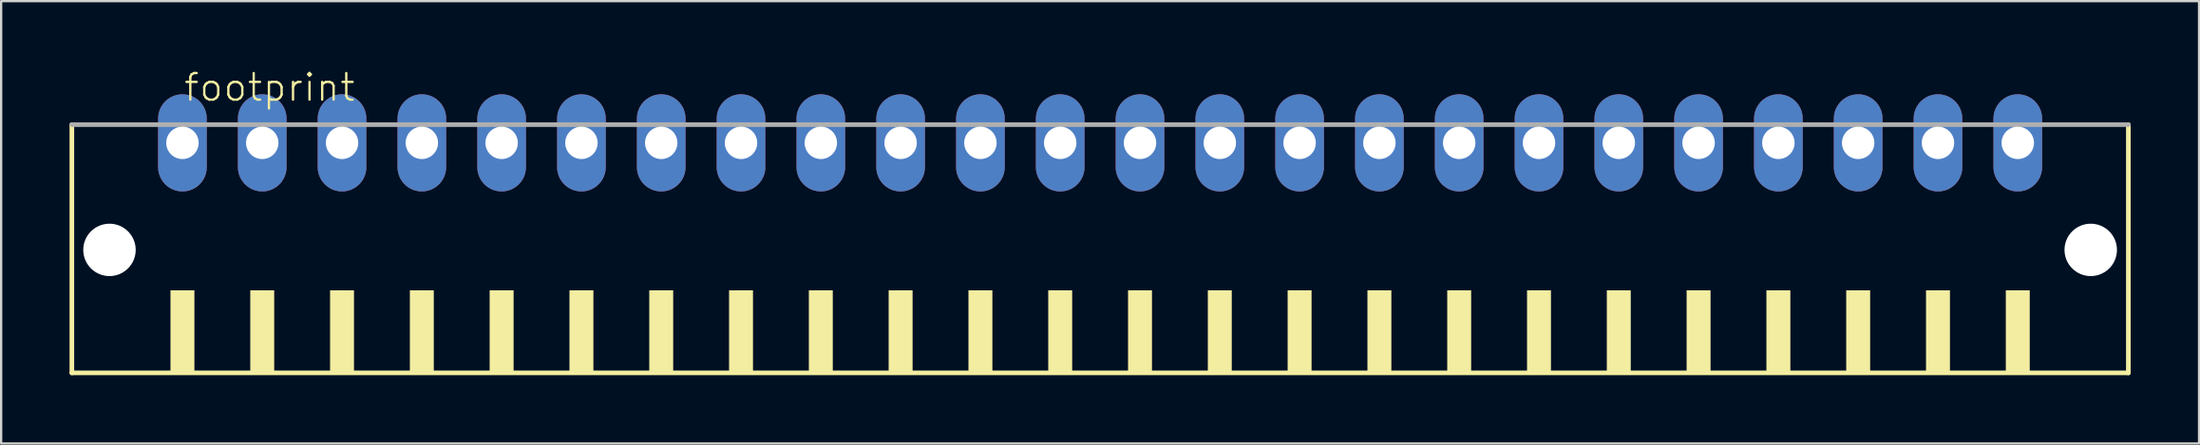
<source format=kicad_pcb>
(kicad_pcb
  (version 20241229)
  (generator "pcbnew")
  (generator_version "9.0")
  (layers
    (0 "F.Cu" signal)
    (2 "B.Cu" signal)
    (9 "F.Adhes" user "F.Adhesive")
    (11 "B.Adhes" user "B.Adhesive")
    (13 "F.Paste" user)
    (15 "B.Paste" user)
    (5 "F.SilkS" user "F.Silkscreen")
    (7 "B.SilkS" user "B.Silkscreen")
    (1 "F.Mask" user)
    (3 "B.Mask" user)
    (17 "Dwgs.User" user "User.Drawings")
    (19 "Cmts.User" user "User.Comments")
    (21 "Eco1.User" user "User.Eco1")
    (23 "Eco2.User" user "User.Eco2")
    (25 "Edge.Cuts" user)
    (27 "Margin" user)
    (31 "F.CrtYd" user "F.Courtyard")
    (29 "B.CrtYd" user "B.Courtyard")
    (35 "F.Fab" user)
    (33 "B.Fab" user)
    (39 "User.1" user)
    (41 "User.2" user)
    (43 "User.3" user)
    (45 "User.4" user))
  (footprint "footprint"
    (layer "F.Cu")
    (at 45.202 8.473)
    (property "Reference" "footprint" (at -40.25 -7 0) (layer "F.SilkS") (effects (font (size 1.168 1.168) (thickness 0.102)) (justify left bottom)))
    (fp_line (start -45.1 -6.05) (end -45.1 4.85) (stroke (width 0.203) (type solid)) (layer "F.SilkS"))
    (fp_line (start -45.1 4.85) (end 45.1 4.85) (stroke (width 0.203) (type solid)) (layer "F.SilkS"))
    (fp_line (start 45.1 4.85) (end 45.1 -6.05) (stroke (width 0.203) (type solid)) (layer "F.SilkS"))
    (fp_poly (pts (xy -40.775 4.9) (xy -39.725 4.9) (xy -39.725 1.225) (xy -40.775 1.225)) (stroke (width 0) (type solid)) (fill yes) (layer "F.SilkS"))
    (fp_poly (pts (xy -37.275 4.9) (xy -36.225 4.9) (xy -36.225 1.225) (xy -37.275 1.225)) (stroke (width 0) (type solid)) (fill yes) (layer "F.SilkS"))
    (fp_poly (pts (xy -33.775 4.9) (xy -32.725 4.9) (xy -32.725 1.225) (xy -33.775 1.225)) (stroke (width 0) (type solid)) (fill yes) (layer "F.SilkS"))
    (fp_poly (pts (xy -30.275 4.9) (xy -29.225 4.9) (xy -29.225 1.225) (xy -30.275 1.225)) (stroke (width 0) (type solid)) (fill yes) (layer "F.SilkS"))
    (fp_poly (pts (xy -26.775 4.9) (xy -25.725 4.9) (xy -25.725 1.225) (xy -26.775 1.225)) (stroke (width 0) (type solid)) (fill yes) (layer "F.SilkS"))
    (fp_poly (pts (xy -23.275 4.9) (xy -22.225 4.9) (xy -22.225 1.225) (xy -23.275 1.225)) (stroke (width 0) (type solid)) (fill yes) (layer "F.SilkS"))
    (fp_poly (pts (xy -19.775 4.9) (xy -18.725 4.9) (xy -18.725 1.225) (xy -19.775 1.225)) (stroke (width 0) (type solid)) (fill yes) (layer "F.SilkS"))
    (fp_poly (pts (xy -16.275 4.9) (xy -15.225 4.9) (xy -15.225 1.225) (xy -16.275 1.225)) (stroke (width 0) (type solid)) (fill yes) (layer "F.SilkS"))
    (fp_poly (pts (xy -12.775 4.9) (xy -11.725 4.9) (xy -11.725 1.225) (xy -12.775 1.225)) (stroke (width 0) (type solid)) (fill yes) (layer "F.SilkS"))
    (fp_poly (pts (xy -9.275 4.9) (xy -8.225 4.9) (xy -8.225 1.225) (xy -9.275 1.225)) (stroke (width 0) (type solid)) (fill yes) (layer "F.SilkS"))
    (fp_poly (pts (xy -5.775 4.9) (xy -4.725 4.9) (xy -4.725 1.225) (xy -5.775 1.225)) (stroke (width 0) (type solid)) (fill yes) (layer "F.SilkS"))
    (fp_poly (pts (xy -2.275 4.9) (xy -1.225 4.9) (xy -1.225 1.225) (xy -2.275 1.225)) (stroke (width 0) (type solid)) (fill yes) (layer "F.SilkS"))
    (fp_poly (pts (xy 1.225 4.9) (xy 2.275 4.9) (xy 2.275 1.225) (xy 1.225 1.225)) (stroke (width 0) (type solid)) (fill yes) (layer "F.SilkS"))
    (fp_poly (pts (xy 4.725 4.9) (xy 5.775 4.9) (xy 5.775 1.225) (xy 4.725 1.225)) (stroke (width 0) (type solid)) (fill yes) (layer "F.SilkS"))
    (fp_poly (pts (xy 8.225 4.9) (xy 9.275 4.9) (xy 9.275 1.225) (xy 8.225 1.225)) (stroke (width 0) (type solid)) (fill yes) (layer "F.SilkS"))
    (fp_poly (pts (xy 11.725 4.9) (xy 12.775 4.9) (xy 12.775 1.225) (xy 11.725 1.225)) (stroke (width 0) (type solid)) (fill yes) (layer "F.SilkS"))
    (fp_poly (pts (xy 15.225 4.9) (xy 16.275 4.9) (xy 16.275 1.225) (xy 15.225 1.225)) (stroke (width 0) (type solid)) (fill yes) (layer "F.SilkS"))
    (fp_poly (pts (xy 18.725 4.9) (xy 19.775 4.9) (xy 19.775 1.225) (xy 18.725 1.225)) (stroke (width 0) (type solid)) (fill yes) (layer "F.SilkS"))
    (fp_poly (pts (xy 22.225 4.9) (xy 23.275 4.9) (xy 23.275 1.225) (xy 22.225 1.225)) (stroke (width 0) (type solid)) (fill yes) (layer "F.SilkS"))
    (fp_poly (pts (xy 25.725 4.9) (xy 26.775 4.9) (xy 26.775 1.225) (xy 25.725 1.225)) (stroke (width 0) (type solid)) (fill yes) (layer "F.SilkS"))
    (fp_poly (pts (xy 29.225 4.9) (xy 30.275 4.9) (xy 30.275 1.225) (xy 29.225 1.225)) (stroke (width 0) (type solid)) (fill yes) (layer "F.SilkS"))
    (fp_poly (pts (xy 32.725 4.9) (xy 33.775 4.9) (xy 33.775 1.225) (xy 32.725 1.225)) (stroke (width 0) (type solid)) (fill yes) (layer "F.SilkS"))
    (fp_poly (pts (xy 36.225 4.9) (xy 37.275 4.9) (xy 37.275 1.225) (xy 36.225 1.225)) (stroke (width 0) (type solid)) (fill yes) (layer "F.SilkS"))
    (fp_poly (pts (xy 39.725 4.9) (xy 40.775 4.9) (xy 40.775 1.225) (xy 39.725 1.225)) (stroke (width 0) (type solid)) (fill yes) (layer "F.SilkS"))
    (fp_line (start 45.1 -6.05) (end -45.1 -6.05) (stroke (width 0.203) (type solid)) (layer "F.Fab"))
    (pad "" np_thru_hole circle (at -43.45 -0.55) (size 2.3 2.3) (drill 2.3) (layers "*.Cu" "*.Mask"))
    (pad "" np_thru_hole circle (at 43.45 -0.55) (size 2.3 2.3) (drill 2.3) (layers "*.Cu" "*.Mask"))
    (pad "1" thru_hole oval (at -40.25 -5.25 90) (size 4.267 2.134) (drill 1.422) (layers "*.Cu" "*.Mask"))
    (pad "2" thru_hole oval (at -36.75 -5.25 90) (size 4.267 2.134) (drill 1.422) (layers "*.Cu" "*.Mask"))
    (pad "3" thru_hole oval (at -33.25 -5.25 90) (size 4.267 2.134) (drill 1.422) (layers "*.Cu" "*.Mask"))
    (pad "4" thru_hole oval (at -29.75 -5.25 90) (size 4.267 2.134) (drill 1.422) (layers "*.Cu" "*.Mask"))
    (pad "5" thru_hole oval (at -26.25 -5.25 90) (size 4.267 2.134) (drill 1.422) (layers "*.Cu" "*.Mask"))
    (pad "6" thru_hole oval (at -22.75 -5.25 90) (size 4.267 2.134) (drill 1.422) (layers "*.Cu" "*.Mask"))
    (pad "7" thru_hole oval (at -19.25 -5.25 90) (size 4.267 2.134) (drill 1.422) (layers "*.Cu" "*.Mask"))
    (pad "8" thru_hole oval (at -15.75 -5.25 90) (size 4.267 2.134) (drill 1.422) (layers "*.Cu" "*.Mask"))
    (pad "9" thru_hole oval (at -12.25 -5.25 90) (size 4.267 2.134) (drill 1.422) (layers "*.Cu" "*.Mask"))
    (pad "10" thru_hole oval (at -8.75 -5.25 90) (size 4.267 2.134) (drill 1.422) (layers "*.Cu" "*.Mask"))
    (pad "11" thru_hole oval (at -5.25 -5.25 90) (size 4.267 2.134) (drill 1.422) (layers "*.Cu" "*.Mask"))
    (pad "12" thru_hole oval (at -1.75 -5.25 90) (size 4.267 2.134) (drill 1.422) (layers "*.Cu" "*.Mask"))
    (pad "13" thru_hole oval (at 1.75 -5.25 90) (size 4.267 2.134) (drill 1.422) (layers "*.Cu" "*.Mask"))
    (pad "14" thru_hole oval (at 5.25 -5.25 90) (size 4.267 2.134) (drill 1.422) (layers "*.Cu" "*.Mask"))
    (pad "15" thru_hole oval (at 8.75 -5.25 90) (size 4.267 2.134) (drill 1.422) (layers "*.Cu" "*.Mask"))
    (pad "16" thru_hole oval (at 12.25 -5.25 90) (size 4.267 2.134) (drill 1.422) (layers "*.Cu" "*.Mask"))
    (pad "17" thru_hole oval (at 15.75 -5.25 90) (size 4.267 2.134) (drill 1.422) (layers "*.Cu" "*.Mask"))
    (pad "18" thru_hole oval (at 19.25 -5.25 90) (size 4.267 2.134) (drill 1.422) (layers "*.Cu" "*.Mask"))
    (pad "19" thru_hole oval (at 22.75 -5.25 90) (size 4.267 2.134) (drill 1.422) (layers "*.Cu" "*.Mask"))
    (pad "20" thru_hole oval (at 26.25 -5.25 90) (size 4.267 2.134) (drill 1.422) (layers "*.Cu" "*.Mask"))
    (pad "21" thru_hole oval (at 29.75 -5.25 90) (size 4.267 2.134) (drill 1.422) (layers "*.Cu" "*.Mask"))
    (pad "22" thru_hole oval (at 33.25 -5.25 90) (size 4.267 2.134) (drill 1.422) (layers "*.Cu" "*.Mask"))
    (pad "23" thru_hole oval (at 36.75 -5.25 90) (size 4.267 2.134) (drill 1.422) (layers "*.Cu" "*.Mask"))
    (pad "24" thru_hole oval (at 40.25 -5.25 90) (size 4.267 2.134) (drill 1.422) (layers "*.Cu" "*.Mask")))
  (gr_rect
    (start -3 -3)
    (end 93.403 16.425)
    (stroke (width 0.1) (type default))
    (fill no)
    (layer "Edge.Cuts")))
</source>
